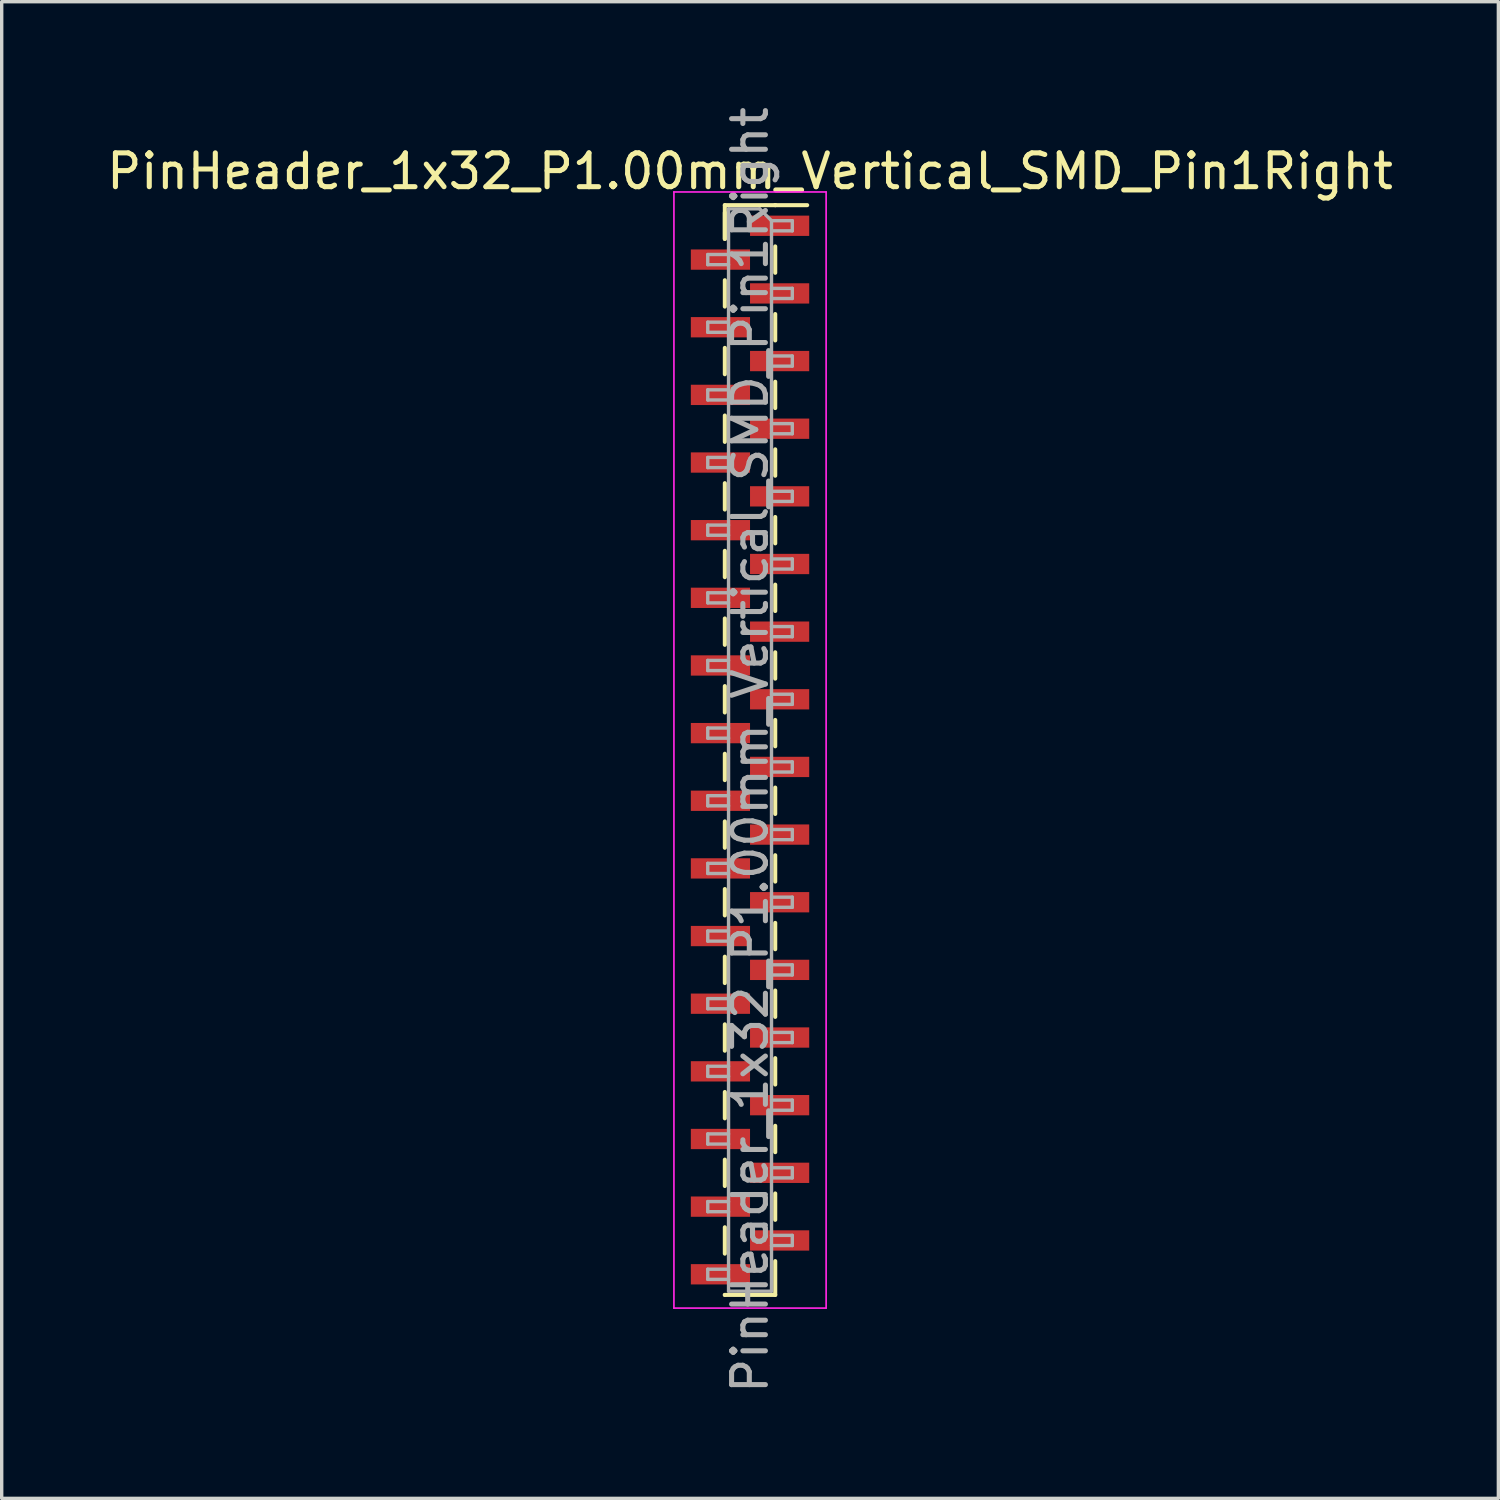
<source format=kicad_pcb>
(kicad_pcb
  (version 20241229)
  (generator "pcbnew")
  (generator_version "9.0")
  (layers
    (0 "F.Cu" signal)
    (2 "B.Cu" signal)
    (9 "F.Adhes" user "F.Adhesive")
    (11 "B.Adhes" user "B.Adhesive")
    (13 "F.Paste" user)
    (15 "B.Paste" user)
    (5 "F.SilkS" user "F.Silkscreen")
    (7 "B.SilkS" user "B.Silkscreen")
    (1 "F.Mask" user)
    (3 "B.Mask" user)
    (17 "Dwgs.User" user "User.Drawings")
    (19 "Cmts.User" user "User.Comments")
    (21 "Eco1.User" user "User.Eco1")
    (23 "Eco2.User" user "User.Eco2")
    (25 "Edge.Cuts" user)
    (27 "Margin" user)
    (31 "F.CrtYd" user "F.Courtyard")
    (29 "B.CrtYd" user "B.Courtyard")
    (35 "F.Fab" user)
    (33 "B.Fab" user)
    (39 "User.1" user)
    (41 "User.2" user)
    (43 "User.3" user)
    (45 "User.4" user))
  (footprint "PinHeader_1x32_P1.00mm_Vertical_SMD_Pin1Right"
    (layer "F.Cu")
    (at 19.125 19.125)
    (property "Reference" "PinHeader_1x32_P1.00mm_Vertical_SMD_Pin1Right" (at 0 -17.11 0) (layer "F.SilkS") (effects (font (size 1 1) (thickness 0.15))))
    (attr smd)
    (fp_line (start -0.745 -16.11) (end -0.745 -15.11) (stroke (width 0.12) (type solid)) (layer "F.SilkS"))
    (fp_line (start -0.745 -16.11) (end 0.745 -16.11) (stroke (width 0.12) (type solid)) (layer "F.SilkS"))
    (fp_line (start -0.745 -15.89) (end -0.745 -15.11) (stroke (width 0.12) (type solid)) (layer "F.SilkS"))
    (fp_line (start -0.745 -13.89) (end -0.745 -13.11) (stroke (width 0.12) (type solid)) (layer "F.SilkS"))
    (fp_line (start -0.745 -11.89) (end -0.745 -11.11) (stroke (width 0.12) (type solid)) (layer "F.SilkS"))
    (fp_line (start -0.745 -9.89) (end -0.745 -9.11) (stroke (width 0.12) (type solid)) (layer "F.SilkS"))
    (fp_line (start -0.745 -7.89) (end -0.745 -7.11) (stroke (width 0.12) (type solid)) (layer "F.SilkS"))
    (fp_line (start -0.745 -5.89) (end -0.745 -5.11) (stroke (width 0.12) (type solid)) (layer "F.SilkS"))
    (fp_line (start -0.745 -3.89) (end -0.745 -3.11) (stroke (width 0.12) (type solid)) (layer "F.SilkS"))
    (fp_line (start -0.745 -1.89) (end -0.745 -1.11) (stroke (width 0.12) (type solid)) (layer "F.SilkS"))
    (fp_line (start -0.745 0.11) (end -0.745 0.89) (stroke (width 0.12) (type solid)) (layer "F.SilkS"))
    (fp_line (start -0.745 2.11) (end -0.745 2.89) (stroke (width 0.12) (type solid)) (layer "F.SilkS"))
    (fp_line (start -0.745 4.11) (end -0.745 4.89) (stroke (width 0.12) (type solid)) (layer "F.SilkS"))
    (fp_line (start -0.745 6.11) (end -0.745 6.89) (stroke (width 0.12) (type solid)) (layer "F.SilkS"))
    (fp_line (start -0.745 8.11) (end -0.745 8.89) (stroke (width 0.12) (type solid)) (layer "F.SilkS"))
    (fp_line (start -0.745 10.11) (end -0.745 10.89) (stroke (width 0.12) (type solid)) (layer "F.SilkS"))
    (fp_line (start -0.745 12.11) (end -0.745 12.89) (stroke (width 0.12) (type solid)) (layer "F.SilkS"))
    (fp_line (start -0.745 14.11) (end -0.745 14.89) (stroke (width 0.12) (type solid)) (layer "F.SilkS"))
    (fp_line (start -0.745 16.11) (end -0.745 16.11) (stroke (width 0.12) (type solid)) (layer "F.SilkS"))
    (fp_line (start -0.745 16.11) (end 0.745 16.11) (stroke (width 0.12) (type solid)) (layer "F.SilkS"))
    (fp_line (start 0.745 -16.11) (end 0.745 -16.11) (stroke (width 0.12) (type solid)) (layer "F.SilkS"))
    (fp_line (start 0.745 -16.11) (end 1.69 -16.11) (stroke (width 0.12) (type solid)) (layer "F.SilkS"))
    (fp_line (start 0.745 -14.89) (end 0.745 -14.11) (stroke (width 0.12) (type solid)) (layer "F.SilkS"))
    (fp_line (start 0.745 -12.89) (end 0.745 -12.11) (stroke (width 0.12) (type solid)) (layer "F.SilkS"))
    (fp_line (start 0.745 -10.89) (end 0.745 -10.11) (stroke (width 0.12) (type solid)) (layer "F.SilkS"))
    (fp_line (start 0.745 -8.89) (end 0.745 -8.11) (stroke (width 0.12) (type solid)) (layer "F.SilkS"))
    (fp_line (start 0.745 -6.89) (end 0.745 -6.11) (stroke (width 0.12) (type solid)) (layer "F.SilkS"))
    (fp_line (start 0.745 -4.89) (end 0.745 -4.11) (stroke (width 0.12) (type solid)) (layer "F.SilkS"))
    (fp_line (start 0.745 -2.89) (end 0.745 -2.11) (stroke (width 0.12) (type solid)) (layer "F.SilkS"))
    (fp_line (start 0.745 -0.89) (end 0.745 -0.11) (stroke (width 0.12) (type solid)) (layer "F.SilkS"))
    (fp_line (start 0.745 1.11) (end 0.745 1.89) (stroke (width 0.12) (type solid)) (layer "F.SilkS"))
    (fp_line (start 0.745 3.11) (end 0.745 3.89) (stroke (width 0.12) (type solid)) (layer "F.SilkS"))
    (fp_line (start 0.745 5.11) (end 0.745 5.89) (stroke (width 0.12) (type solid)) (layer "F.SilkS"))
    (fp_line (start 0.745 7.11) (end 0.745 7.89) (stroke (width 0.12) (type solid)) (layer "F.SilkS"))
    (fp_line (start 0.745 9.11) (end 0.745 9.89) (stroke (width 0.12) (type solid)) (layer "F.SilkS"))
    (fp_line (start 0.745 11.11) (end 0.745 11.89) (stroke (width 0.12) (type solid)) (layer "F.SilkS"))
    (fp_line (start 0.745 13.11) (end 0.745 13.89) (stroke (width 0.12) (type solid)) (layer "F.SilkS"))
    (fp_line (start 0.745 15.11) (end 0.745 16.11) (stroke (width 0.12) (type solid)) (layer "F.SilkS"))
    (fp_line (start -2.25 -16.5) (end -2.25 16.5) (stroke (width 0.05) (type solid)) (layer "F.CrtYd"))
    (fp_line (start -2.25 16.5) (end 2.25 16.5) (stroke (width 0.05) (type solid)) (layer "F.CrtYd"))
    (fp_line (start 2.25 -16.5) (end -2.25 -16.5) (stroke (width 0.05) (type solid)) (layer "F.CrtYd"))
    (fp_line (start 2.25 16.5) (end 2.25 -16.5) (stroke (width 0.05) (type solid)) (layer "F.CrtYd"))
    (fp_line (start -1.25 -14.65) (end -1.25 -14.35) (stroke (width 0.1) (type solid)) (layer "F.Fab"))
    (fp_line (start -1.25 -14.35) (end -0.635 -14.35) (stroke (width 0.1) (type solid)) (layer "F.Fab"))
    (fp_line (start -1.25 -12.65) (end -1.25 -12.35) (stroke (width 0.1) (type solid)) (layer "F.Fab"))
    (fp_line (start -1.25 -12.35) (end -0.635 -12.35) (stroke (width 0.1) (type solid)) (layer "F.Fab"))
    (fp_line (start -1.25 -10.65) (end -1.25 -10.35) (stroke (width 0.1) (type solid)) (layer "F.Fab"))
    (fp_line (start -1.25 -10.35) (end -0.635 -10.35) (stroke (width 0.1) (type solid)) (layer "F.Fab"))
    (fp_line (start -1.25 -8.65) (end -1.25 -8.35) (stroke (width 0.1) (type solid)) (layer "F.Fab"))
    (fp_line (start -1.25 -8.35) (end -0.635 -8.35) (stroke (width 0.1) (type solid)) (layer "F.Fab"))
    (fp_line (start -1.25 -6.65) (end -1.25 -6.35) (stroke (width 0.1) (type solid)) (layer "F.Fab"))
    (fp_line (start -1.25 -6.35) (end -0.635 -6.35) (stroke (width 0.1) (type solid)) (layer "F.Fab"))
    (fp_line (start -1.25 -4.65) (end -1.25 -4.35) (stroke (width 0.1) (type solid)) (layer "F.Fab"))
    (fp_line (start -1.25 -4.35) (end -0.635 -4.35) (stroke (width 0.1) (type solid)) (layer "F.Fab"))
    (fp_line (start -1.25 -2.65) (end -1.25 -2.35) (stroke (width 0.1) (type solid)) (layer "F.Fab"))
    (fp_line (start -1.25 -2.35) (end -0.635 -2.35) (stroke (width 0.1) (type solid)) (layer "F.Fab"))
    (fp_line (start -1.25 -0.65) (end -1.25 -0.35) (stroke (width 0.1) (type solid)) (layer "F.Fab"))
    (fp_line (start -1.25 -0.35) (end -0.635 -0.35) (stroke (width 0.1) (type solid)) (layer "F.Fab"))
    (fp_line (start -1.25 1.35) (end -1.25 1.65) (stroke (width 0.1) (type solid)) (layer "F.Fab"))
    (fp_line (start -1.25 1.65) (end -0.635 1.65) (stroke (width 0.1) (type solid)) (layer "F.Fab"))
    (fp_line (start -1.25 3.35) (end -1.25 3.65) (stroke (width 0.1) (type solid)) (layer "F.Fab"))
    (fp_line (start -1.25 3.65) (end -0.635 3.65) (stroke (width 0.1) (type solid)) (layer "F.Fab"))
    (fp_line (start -1.25 5.35) (end -1.25 5.65) (stroke (width 0.1) (type solid)) (layer "F.Fab"))
    (fp_line (start -1.25 5.65) (end -0.635 5.65) (stroke (width 0.1) (type solid)) (layer "F.Fab"))
    (fp_line (start -1.25 7.35) (end -1.25 7.65) (stroke (width 0.1) (type solid)) (layer "F.Fab"))
    (fp_line (start -1.25 7.65) (end -0.635 7.65) (stroke (width 0.1) (type solid)) (layer "F.Fab"))
    (fp_line (start -1.25 9.35) (end -1.25 9.65) (stroke (width 0.1) (type solid)) (layer "F.Fab"))
    (fp_line (start -1.25 9.65) (end -0.635 9.65) (stroke (width 0.1) (type solid)) (layer "F.Fab"))
    (fp_line (start -1.25 11.35) (end -1.25 11.65) (stroke (width 0.1) (type solid)) (layer "F.Fab"))
    (fp_line (start -1.25 11.65) (end -0.635 11.65) (stroke (width 0.1) (type solid)) (layer "F.Fab"))
    (fp_line (start -1.25 13.35) (end -1.25 13.65) (stroke (width 0.1) (type solid)) (layer "F.Fab"))
    (fp_line (start -1.25 13.65) (end -0.635 13.65) (stroke (width 0.1) (type solid)) (layer "F.Fab"))
    (fp_line (start -1.25 15.35) (end -1.25 15.65) (stroke (width 0.1) (type solid)) (layer "F.Fab"))
    (fp_line (start -1.25 15.65) (end -0.635 15.65) (stroke (width 0.1) (type solid)) (layer "F.Fab"))
    (fp_line (start -0.635 -16) (end -0.635 16) (stroke (width 0.1) (type solid)) (layer "F.Fab"))
    (fp_line (start -0.635 -16) (end 0.285 -16) (stroke (width 0.1) (type solid)) (layer "F.Fab"))
    (fp_line (start -0.635 -14.65) (end -1.25 -14.65) (stroke (width 0.1) (type solid)) (layer "F.Fab"))
    (fp_line (start -0.635 -12.65) (end -1.25 -12.65) (stroke (width 0.1) (type solid)) (layer "F.Fab"))
    (fp_line (start -0.635 -10.65) (end -1.25 -10.65) (stroke (width 0.1) (type solid)) (layer "F.Fab"))
    (fp_line (start -0.635 -8.65) (end -1.25 -8.65) (stroke (width 0.1) (type solid)) (layer "F.Fab"))
    (fp_line (start -0.635 -6.65) (end -1.25 -6.65) (stroke (width 0.1) (type solid)) (layer "F.Fab"))
    (fp_line (start -0.635 -4.65) (end -1.25 -4.65) (stroke (width 0.1) (type solid)) (layer "F.Fab"))
    (fp_line (start -0.635 -2.65) (end -1.25 -2.65) (stroke (width 0.1) (type solid)) (layer "F.Fab"))
    (fp_line (start -0.635 -0.65) (end -1.25 -0.65) (stroke (width 0.1) (type solid)) (layer "F.Fab"))
    (fp_line (start -0.635 1.35) (end -1.25 1.35) (stroke (width 0.1) (type solid)) (layer "F.Fab"))
    (fp_line (start -0.635 3.35) (end -1.25 3.35) (stroke (width 0.1) (type solid)) (layer "F.Fab"))
    (fp_line (start -0.635 5.35) (end -1.25 5.35) (stroke (width 0.1) (type solid)) (layer "F.Fab"))
    (fp_line (start -0.635 7.35) (end -1.25 7.35) (stroke (width 0.1) (type solid)) (layer "F.Fab"))
    (fp_line (start -0.635 9.35) (end -1.25 9.35) (stroke (width 0.1) (type solid)) (layer "F.Fab"))
    (fp_line (start -0.635 11.35) (end -1.25 11.35) (stroke (width 0.1) (type solid)) (layer "F.Fab"))
    (fp_line (start -0.635 13.35) (end -1.25 13.35) (stroke (width 0.1) (type solid)) (layer "F.Fab"))
    (fp_line (start -0.635 15.35) (end -1.25 15.35) (stroke (width 0.1) (type solid)) (layer "F.Fab"))
    (fp_line (start 0.635 -15.65) (end 0.285 -16) (stroke (width 0.1) (type solid)) (layer "F.Fab"))
    (fp_line (start 0.635 -15.65) (end 1.25 -15.65) (stroke (width 0.1) (type solid)) (layer "F.Fab"))
    (fp_line (start 0.635 -13.65) (end 1.25 -13.65) (stroke (width 0.1) (type solid)) (layer "F.Fab"))
    (fp_line (start 0.635 -11.65) (end 1.25 -11.65) (stroke (width 0.1) (type solid)) (layer "F.Fab"))
    (fp_line (start 0.635 -9.65) (end 1.25 -9.65) (stroke (width 0.1) (type solid)) (layer "F.Fab"))
    (fp_line (start 0.635 -7.65) (end 1.25 -7.65) (stroke (width 0.1) (type solid)) (layer "F.Fab"))
    (fp_line (start 0.635 -5.65) (end 1.25 -5.65) (stroke (width 0.1) (type solid)) (layer "F.Fab"))
    (fp_line (start 0.635 -3.65) (end 1.25 -3.65) (stroke (width 0.1) (type solid)) (layer "F.Fab"))
    (fp_line (start 0.635 -1.65) (end 1.25 -1.65) (stroke (width 0.1) (type solid)) (layer "F.Fab"))
    (fp_line (start 0.635 0.35) (end 1.25 0.35) (stroke (width 0.1) (type solid)) (layer "F.Fab"))
    (fp_line (start 0.635 2.35) (end 1.25 2.35) (stroke (width 0.1) (type solid)) (layer "F.Fab"))
    (fp_line (start 0.635 4.35) (end 1.25 4.35) (stroke (width 0.1) (type solid)) (layer "F.Fab"))
    (fp_line (start 0.635 6.35) (end 1.25 6.35) (stroke (width 0.1) (type solid)) (layer "F.Fab"))
    (fp_line (start 0.635 8.35) (end 1.25 8.35) (stroke (width 0.1) (type solid)) (layer "F.Fab"))
    (fp_line (start 0.635 10.35) (end 1.25 10.35) (stroke (width 0.1) (type solid)) (layer "F.Fab"))
    (fp_line (start 0.635 12.35) (end 1.25 12.35) (stroke (width 0.1) (type solid)) (layer "F.Fab"))
    (fp_line (start 0.635 14.35) (end 1.25 14.35) (stroke (width 0.1) (type solid)) (layer "F.Fab"))
    (fp_line (start 0.635 16) (end -0.635 16) (stroke (width 0.1) (type solid)) (layer "F.Fab"))
    (fp_line (start 0.635 16) (end 0.635 -15.65) (stroke (width 0.1) (type solid)) (layer "F.Fab"))
    (fp_line (start 1.25 -15.65) (end 1.25 -15.35) (stroke (width 0.1) (type solid)) (layer "F.Fab"))
    (fp_line (start 1.25 -15.35) (end 0.635 -15.35) (stroke (width 0.1) (type solid)) (layer "F.Fab"))
    (fp_line (start 1.25 -13.65) (end 1.25 -13.35) (stroke (width 0.1) (type solid)) (layer "F.Fab"))
    (fp_line (start 1.25 -13.35) (end 0.635 -13.35) (stroke (width 0.1) (type solid)) (layer "F.Fab"))
    (fp_line (start 1.25 -11.65) (end 1.25 -11.35) (stroke (width 0.1) (type solid)) (layer "F.Fab"))
    (fp_line (start 1.25 -11.35) (end 0.635 -11.35) (stroke (width 0.1) (type solid)) (layer "F.Fab"))
    (fp_line (start 1.25 -9.65) (end 1.25 -9.35) (stroke (width 0.1) (type solid)) (layer "F.Fab"))
    (fp_line (start 1.25 -9.35) (end 0.635 -9.35) (stroke (width 0.1) (type solid)) (layer "F.Fab"))
    (fp_line (start 1.25 -7.65) (end 1.25 -7.35) (stroke (width 0.1) (type solid)) (layer "F.Fab"))
    (fp_line (start 1.25 -7.35) (end 0.635 -7.35) (stroke (width 0.1) (type solid)) (layer "F.Fab"))
    (fp_line (start 1.25 -5.65) (end 1.25 -5.35) (stroke (width 0.1) (type solid)) (layer "F.Fab"))
    (fp_line (start 1.25 -5.35) (end 0.635 -5.35) (stroke (width 0.1) (type solid)) (layer "F.Fab"))
    (fp_line (start 1.25 -3.65) (end 1.25 -3.35) (stroke (width 0.1) (type solid)) (layer "F.Fab"))
    (fp_line (start 1.25 -3.35) (end 0.635 -3.35) (stroke (width 0.1) (type solid)) (layer "F.Fab"))
    (fp_line (start 1.25 -1.65) (end 1.25 -1.35) (stroke (width 0.1) (type solid)) (layer "F.Fab"))
    (fp_line (start 1.25 -1.35) (end 0.635 -1.35) (stroke (width 0.1) (type solid)) (layer "F.Fab"))
    (fp_line (start 1.25 0.35) (end 1.25 0.65) (stroke (width 0.1) (type solid)) (layer "F.Fab"))
    (fp_line (start 1.25 0.65) (end 0.635 0.65) (stroke (width 0.1) (type solid)) (layer "F.Fab"))
    (fp_line (start 1.25 2.35) (end 1.25 2.65) (stroke (width 0.1) (type solid)) (layer "F.Fab"))
    (fp_line (start 1.25 2.65) (end 0.635 2.65) (stroke (width 0.1) (type solid)) (layer "F.Fab"))
    (fp_line (start 1.25 4.35) (end 1.25 4.65) (stroke (width 0.1) (type solid)) (layer "F.Fab"))
    (fp_line (start 1.25 4.65) (end 0.635 4.65) (stroke (width 0.1) (type solid)) (layer "F.Fab"))
    (fp_line (start 1.25 6.35) (end 1.25 6.65) (stroke (width 0.1) (type solid)) (layer "F.Fab"))
    (fp_line (start 1.25 6.65) (end 0.635 6.65) (stroke (width 0.1) (type solid)) (layer "F.Fab"))
    (fp_line (start 1.25 8.35) (end 1.25 8.65) (stroke (width 0.1) (type solid)) (layer "F.Fab"))
    (fp_line (start 1.25 8.65) (end 0.635 8.65) (stroke (width 0.1) (type solid)) (layer "F.Fab"))
    (fp_line (start 1.25 10.35) (end 1.25 10.65) (stroke (width 0.1) (type solid)) (layer "F.Fab"))
    (fp_line (start 1.25 10.65) (end 0.635 10.65) (stroke (width 0.1) (type solid)) (layer "F.Fab"))
    (fp_line (start 1.25 12.35) (end 1.25 12.65) (stroke (width 0.1) (type solid)) (layer "F.Fab"))
    (fp_line (start 1.25 12.65) (end 0.635 12.65) (stroke (width 0.1) (type solid)) (layer "F.Fab"))
    (fp_line (start 1.25 14.35) (end 1.25 14.65) (stroke (width 0.1) (type solid)) (layer "F.Fab"))
    (fp_line (start 1.25 14.65) (end 0.635 14.65) (stroke (width 0.1) (type solid)) (layer "F.Fab"))
    (fp_text user "${REFERENCE}" (at 0 0 90) (layer "F.Fab") (effects (font (size 1 1) (thickness 0.15))))
    (pad "1" smd rect (at 0.875 -15.5) (size 1.75 0.6) (layers "F.Cu" "F.Mask" "F.Paste"))
    (pad "2" smd rect (at -0.875 -14.5) (size 1.75 0.6) (layers "F.Cu" "F.Mask" "F.Paste"))
    (pad "3" smd rect (at 0.875 -13.5) (size 1.75 0.6) (layers "F.Cu" "F.Mask" "F.Paste"))
    (pad "4" smd rect (at -0.875 -12.5) (size 1.75 0.6) (layers "F.Cu" "F.Mask" "F.Paste"))
    (pad "5" smd rect (at 0.875 -11.5) (size 1.75 0.6) (layers "F.Cu" "F.Mask" "F.Paste"))
    (pad "6" smd rect (at -0.875 -10.5) (size 1.75 0.6) (layers "F.Cu" "F.Mask" "F.Paste"))
    (pad "7" smd rect (at 0.875 -9.5) (size 1.75 0.6) (layers "F.Cu" "F.Mask" "F.Paste"))
    (pad "8" smd rect (at -0.875 -8.5) (size 1.75 0.6) (layers "F.Cu" "F.Mask" "F.Paste"))
    (pad "9" smd rect (at 0.875 -7.5) (size 1.75 0.6) (layers "F.Cu" "F.Mask" "F.Paste"))
    (pad "10" smd rect (at -0.875 -6.5) (size 1.75 0.6) (layers "F.Cu" "F.Mask" "F.Paste"))
    (pad "11" smd rect (at 0.875 -5.5) (size 1.75 0.6) (layers "F.Cu" "F.Mask" "F.Paste"))
    (pad "12" smd rect (at -0.875 -4.5) (size 1.75 0.6) (layers "F.Cu" "F.Mask" "F.Paste"))
    (pad "13" smd rect (at 0.875 -3.5) (size 1.75 0.6) (layers "F.Cu" "F.Mask" "F.Paste"))
    (pad "14" smd rect (at -0.875 -2.5) (size 1.75 0.6) (layers "F.Cu" "F.Mask" "F.Paste"))
    (pad "15" smd rect (at 0.875 -1.5) (size 1.75 0.6) (layers "F.Cu" "F.Mask" "F.Paste"))
    (pad "16" smd rect (at -0.875 -0.5) (size 1.75 0.6) (layers "F.Cu" "F.Mask" "F.Paste"))
    (pad "17" smd rect (at 0.875 0.5) (size 1.75 0.6) (layers "F.Cu" "F.Mask" "F.Paste"))
    (pad "18" smd rect (at -0.875 1.5) (size 1.75 0.6) (layers "F.Cu" "F.Mask" "F.Paste"))
    (pad "19" smd rect (at 0.875 2.5) (size 1.75 0.6) (layers "F.Cu" "F.Mask" "F.Paste"))
    (pad "20" smd rect (at -0.875 3.5) (size 1.75 0.6) (layers "F.Cu" "F.Mask" "F.Paste"))
    (pad "21" smd rect (at 0.875 4.5) (size 1.75 0.6) (layers "F.Cu" "F.Mask" "F.Paste"))
    (pad "22" smd rect (at -0.875 5.5) (size 1.75 0.6) (layers "F.Cu" "F.Mask" "F.Paste"))
    (pad "23" smd rect (at 0.875 6.5) (size 1.75 0.6) (layers "F.Cu" "F.Mask" "F.Paste"))
    (pad "24" smd rect (at -0.875 7.5) (size 1.75 0.6) (layers "F.Cu" "F.Mask" "F.Paste"))
    (pad "25" smd rect (at 0.875 8.5) (size 1.75 0.6) (layers "F.Cu" "F.Mask" "F.Paste"))
    (pad "26" smd rect (at -0.875 9.5) (size 1.75 0.6) (layers "F.Cu" "F.Mask" "F.Paste"))
    (pad "27" smd rect (at 0.875 10.5) (size 1.75 0.6) (layers "F.Cu" "F.Mask" "F.Paste"))
    (pad "28" smd rect (at -0.875 11.5) (size 1.75 0.6) (layers "F.Cu" "F.Mask" "F.Paste"))
    (pad "29" smd rect (at 0.875 12.5) (size 1.75 0.6) (layers "F.Cu" "F.Mask" "F.Paste"))
    (pad "30" smd rect (at -0.875 13.5) (size 1.75 0.6) (layers "F.Cu" "F.Mask" "F.Paste"))
    (pad "31" smd rect (at 0.875 14.5) (size 1.75 0.6) (layers "F.Cu" "F.Mask" "F.Paste"))
    (pad "32" smd rect (at -0.875 15.5) (size 1.75 0.6) (layers "F.Cu" "F.Mask" "F.Paste")))
  (gr_rect
    (start -3 -3)
    (end 41.25 41.25)
    (stroke (width 0.1) (type default))
    (fill no)
    (layer "Edge.Cuts")))
</source>
